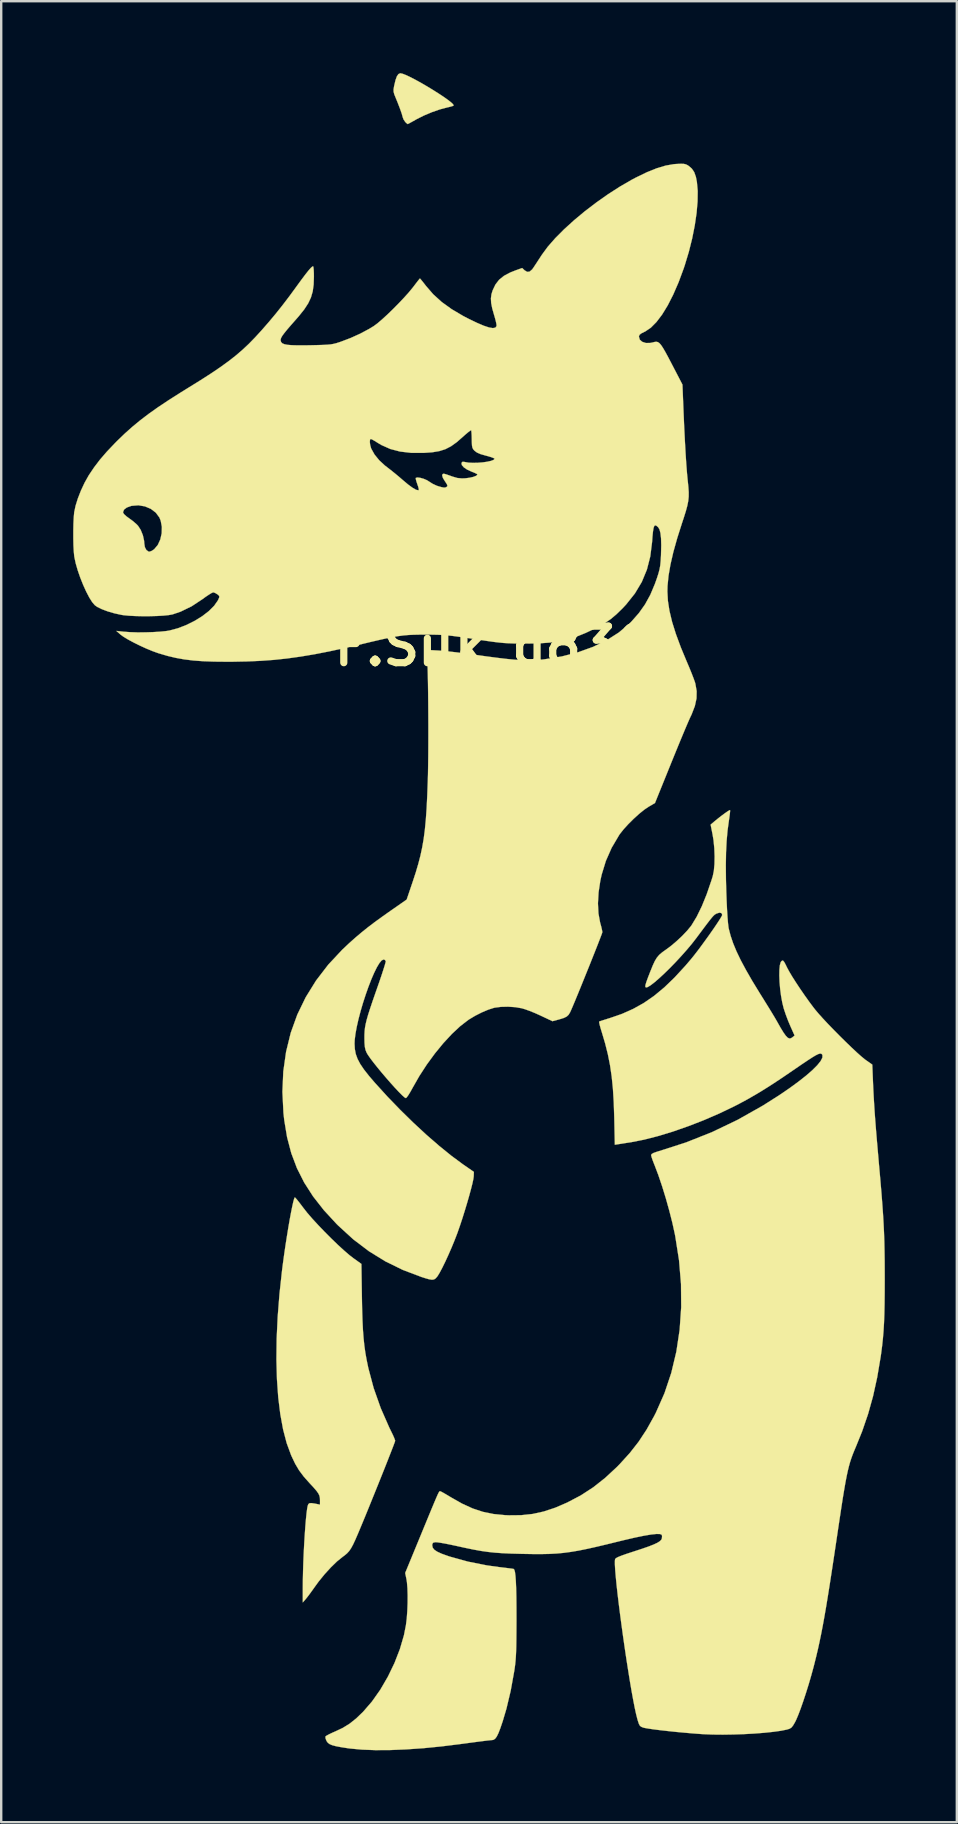
<source format=kicad_pcb>
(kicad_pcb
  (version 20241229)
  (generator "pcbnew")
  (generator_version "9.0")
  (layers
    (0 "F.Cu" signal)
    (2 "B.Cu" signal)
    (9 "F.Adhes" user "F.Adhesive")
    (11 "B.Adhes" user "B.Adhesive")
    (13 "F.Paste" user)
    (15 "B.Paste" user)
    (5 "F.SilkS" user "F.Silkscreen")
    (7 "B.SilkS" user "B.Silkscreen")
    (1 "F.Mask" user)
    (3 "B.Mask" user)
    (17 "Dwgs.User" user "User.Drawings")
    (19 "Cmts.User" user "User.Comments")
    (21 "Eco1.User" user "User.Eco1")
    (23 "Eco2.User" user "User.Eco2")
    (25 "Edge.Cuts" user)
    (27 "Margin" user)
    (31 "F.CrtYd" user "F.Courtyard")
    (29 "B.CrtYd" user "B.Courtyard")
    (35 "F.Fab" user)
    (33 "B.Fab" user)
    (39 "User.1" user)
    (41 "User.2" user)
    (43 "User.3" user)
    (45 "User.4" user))
  (footprint "F.Silk_g836"
    (layer "F.Cu")
    (at 17.484 23.881)
    (property "Reference" "F.Silk_g836" (at 0 0 0) (layer "F.SilkS") (effects (font (size 1.524 1.524) (thickness 0.3))))
    (attr through_hole)
    (fp_poly (pts (xy -3.748 -23.855) (xy -3.603 -23.798) (xy -3.417 -23.71) (xy -3.202 -23.597) (xy -2.967 -23.467) (xy -2.723 -23.325) (xy -2.48 -23.177) (xy -2.248 -23.03) (xy -2.038 -22.891) (xy -1.861 -22.765) (xy -1.726 -22.659) (xy -1.645 -22.579) (xy -1.627 -22.532) (xy -1.629 -22.529) (xy -1.682 -22.507) (xy -1.792 -22.476) (xy -1.897 -22.452) (xy -2.196 -22.373) (xy -2.53 -22.257) (xy -2.865 -22.116) (xy -3.168 -21.965) (xy -3.196 -21.948) (xy -3.344 -21.865) (xy -3.462 -21.8) (xy -3.531 -21.764) (xy -3.542 -21.759) (xy -3.579 -21.786) (xy -3.64 -21.843) (xy -3.713 -21.95) (xy -3.748 -22.044) (xy -3.791 -22.198) (xy -3.867 -22.414) (xy -3.97 -22.679) (xy -4.041 -22.852) (xy -4.101 -23.001) (xy -4.129 -23.109) (xy -4.13 -23.211) (xy -4.108 -23.343) (xy -4.104 -23.36) (xy -4.049 -23.594) (xy -3.991 -23.752) (xy -3.928 -23.843) (xy -3.854 -23.876) (xy -3.843 -23.876) (xy -3.748 -23.855)) (stroke (width 0.01) (type solid)) (fill yes) (layer "F.SilkS"))
    (fp_poly (pts (xy -8.212 23.003) (xy -8.139 23.089) (xy -8.037 23.218) (xy -7.916 23.378) (xy -7.892 23.41) (xy -7.73 23.617) (xy -7.519 23.861) (xy -7.273 24.129) (xy -7.004 24.409) (xy -6.727 24.687) (xy -6.454 24.951) (xy -6.197 25.186) (xy -5.971 25.381) (xy -5.815 25.502) (xy -5.471 25.749) (xy -5.45 27.151) (xy -5.44 27.666) (xy -5.426 28.109) (xy -5.407 28.496) (xy -5.381 28.84) (xy -5.348 29.154) (xy -5.306 29.453) (xy -5.253 29.75) (xy -5.189 30.059) (xy -5.18 30.099) (xy -4.96 30.924) (xy -4.666 31.757) (xy -4.306 32.577) (xy -4.23 32.731) (xy -4.154 32.887) (xy -4.097 33.019) (xy -4.067 33.105) (xy -4.064 33.121) (xy -4.079 33.17) (xy -4.123 33.289) (xy -4.192 33.469) (xy -4.282 33.699) (xy -4.389 33.972) (xy -4.51 34.278) (xy -4.642 34.608) (xy -4.78 34.953) (xy -4.922 35.304) (xy -5.063 35.652) (xy -5.199 35.988) (xy -5.328 36.303) (xy -5.446 36.588) (xy -5.548 36.833) (xy -5.609 36.978) (xy -5.725 37.246) (xy -5.82 37.449) (xy -5.903 37.601) (xy -5.983 37.717) (xy -6.069 37.811) (xy -6.171 37.897) (xy -6.246 37.952) (xy -6.484 38.144) (xy -6.743 38.395) (xy -7.007 38.684) (xy -7.26 38.996) (xy -7.408 39.2) (xy -7.532 39.374) (xy -7.65 39.536) (xy -7.748 39.664) (xy -7.799 39.726) (xy -7.914 39.857) (xy -7.914 39.264) (xy -7.911 38.928) (xy -7.903 38.561) (xy -7.891 38.175) (xy -7.874 37.782) (xy -7.854 37.394) (xy -7.831 37.021) (xy -7.807 36.677) (xy -7.781 36.372) (xy -7.755 36.119) (xy -7.729 35.929) (xy -7.709 35.83) (xy -7.681 35.758) (xy -7.634 35.722) (xy -7.549 35.717) (xy -7.406 35.739) (xy -7.355 35.749) (xy -7.197 35.781) (xy -7.197 35.604) (xy -7.201 35.499) (xy -7.221 35.407) (xy -7.266 35.314) (xy -7.343 35.206) (xy -7.462 35.067) (xy -7.632 34.884) (xy -7.637 34.879) (xy -7.878 34.607) (xy -8.069 34.351) (xy -8.231 34.078) (xy -8.384 33.757) (xy -8.404 33.711) (xy -8.585 33.218) (xy -8.734 32.65) (xy -8.851 32.013) (xy -8.937 31.312) (xy -8.991 30.55) (xy -9.013 29.734) (xy -9.003 28.866) (xy -8.96 27.952) (xy -8.885 26.997) (xy -8.777 26.006) (xy -8.74 25.718) (xy -8.688 25.336) (xy -8.632 24.954) (xy -8.573 24.58) (xy -8.515 24.223) (xy -8.458 23.894) (xy -8.403 23.6) (xy -8.353 23.352) (xy -8.31 23.159) (xy -8.274 23.031) (xy -8.248 22.976) (xy -8.246 22.974) (xy -8.212 23.003)) (stroke (width 0.01) (type solid)) (fill yes) (layer "F.SilkS"))
    (fp_poly (pts (xy 9.896 6.879) (xy 9.885 6.991) (xy 9.864 7.15) (xy 9.845 7.279) (xy 9.79 7.684) (xy 9.751 8.119) (xy 9.727 8.597) (xy 9.718 9.127) (xy 9.723 9.72) (xy 9.737 10.242) (xy 9.752 10.638) (xy 9.769 10.993) (xy 9.788 11.296) (xy 9.808 11.538) (xy 9.828 11.71) (xy 9.838 11.769) (xy 9.916 12.068) (xy 10.022 12.382) (xy 10.161 12.718) (xy 10.338 13.087) (xy 10.556 13.494) (xy 10.818 13.95) (xy 11.13 14.461) (xy 11.18 14.541) (xy 11.34 14.798) (xy 11.494 15.046) (xy 11.632 15.272) (xy 11.746 15.461) (xy 11.827 15.6) (xy 11.851 15.642) (xy 12.002 15.909) (xy 12.123 16.107) (xy 12.22 16.242) (xy 12.3 16.322) (xy 12.369 16.353) (xy 12.434 16.342) (xy 12.49 16.305) (xy 12.584 16.229) (xy 12.409 15.839) (xy 12.316 15.619) (xy 12.223 15.374) (xy 12.147 15.148) (xy 12.128 15.088) (xy 12.068 14.843) (xy 12.019 14.569) (xy 11.982 14.283) (xy 11.958 13.998) (xy 11.947 13.729) (xy 11.951 13.493) (xy 11.969 13.303) (xy 12.004 13.175) (xy 12.023 13.145) (xy 12.066 13.106) (xy 12.106 13.11) (xy 12.154 13.167) (xy 12.218 13.288) (xy 12.266 13.388) (xy 12.351 13.547) (xy 12.476 13.759) (xy 12.633 14.006) (xy 12.81 14.274) (xy 12.998 14.547) (xy 13.185 14.81) (xy 13.362 15.048) (xy 13.446 15.155) (xy 13.585 15.32) (xy 13.767 15.522) (xy 13.982 15.752) (xy 14.22 15.998) (xy 14.469 16.25) (xy 14.719 16.497) (xy 14.958 16.728) (xy 15.176 16.932) (xy 15.362 17.098) (xy 15.506 17.217) (xy 15.541 17.243) (xy 15.822 17.441) (xy 15.85 18.129) (xy 15.864 18.45) (xy 15.88 18.763) (xy 15.899 19.079) (xy 15.92 19.409) (xy 15.946 19.766) (xy 15.977 20.161) (xy 16.014 20.605) (xy 16.058 21.111) (xy 16.107 21.675) (xy 16.16 22.268) (xy 16.204 22.791) (xy 16.24 23.256) (xy 16.27 23.679) (xy 16.293 24.071) (xy 16.311 24.448) (xy 16.324 24.822) (xy 16.332 25.208) (xy 16.338 25.618) (xy 16.34 26.067) (xy 16.341 26.393) (xy 16.339 26.942) (xy 16.334 27.418) (xy 16.325 27.835) (xy 16.311 28.205) (xy 16.291 28.542) (xy 16.265 28.857) (xy 16.232 29.164) (xy 16.192 29.475) (xy 16.171 29.622) (xy 16.027 30.473) (xy 15.854 31.262) (xy 15.646 32.007) (xy 15.399 32.727) (xy 15.143 33.359) (xy 15.072 33.527) (xy 15.008 33.685) (xy 14.951 33.841) (xy 14.898 34.003) (xy 14.849 34.178) (xy 14.801 34.374) (xy 14.753 34.599) (xy 14.703 34.859) (xy 14.65 35.164) (xy 14.591 35.52) (xy 14.527 35.935) (xy 14.454 36.417) (xy 14.371 36.973) (xy 14.349 37.122) (xy 14.241 37.844) (xy 14.143 38.491) (xy 14.054 39.069) (xy 13.972 39.585) (xy 13.896 40.047) (xy 13.824 40.463) (xy 13.755 40.841) (xy 13.688 41.187) (xy 13.621 41.509) (xy 13.554 41.815) (xy 13.484 42.112) (xy 13.41 42.408) (xy 13.375 42.545) (xy 13.278 42.901) (xy 13.172 43.266) (xy 13.059 43.627) (xy 12.946 43.97) (xy 12.837 44.282) (xy 12.736 44.548) (xy 12.648 44.755) (xy 12.6 44.852) (xy 12.519 44.99) (xy 12.452 45.073) (xy 12.375 45.121) (xy 12.266 45.155) (xy 12.258 45.157) (xy 12.011 45.207) (xy 11.693 45.251) (xy 11.322 45.29) (xy 10.912 45.322) (xy 10.477 45.346) (xy 10.034 45.361) (xy 9.597 45.368) (xy 9.182 45.364) (xy 8.803 45.349) (xy 8.7 45.343) (xy 8.351 45.317) (xy 7.993 45.286) (xy 7.638 45.253) (xy 7.298 45.217) (xy 6.986 45.182) (xy 6.714 45.148) (xy 6.494 45.116) (xy 6.338 45.089) (xy 6.274 45.073) (xy 6.194 45.041) (xy 6.139 44.999) (xy 6.097 44.925) (xy 6.055 44.801) (xy 6.027 44.704) (xy 5.976 44.501) (xy 5.918 44.235) (xy 5.856 43.914) (xy 5.789 43.547) (xy 5.72 43.141) (xy 5.65 42.706) (xy 5.578 42.248) (xy 5.508 41.777) (xy 5.439 41.3) (xy 5.374 40.826) (xy 5.312 40.363) (xy 5.256 39.919) (xy 5.206 39.503) (xy 5.164 39.123) (xy 5.131 38.786) (xy 5.107 38.502) (xy 5.094 38.277) (xy 5.094 38.122) (xy 5.103 38.052) (xy 5.136 38.015) (xy 5.218 37.969) (xy 5.357 37.912) (xy 5.561 37.839) (xy 5.838 37.748) (xy 5.876 37.736) (xy 6.227 37.621) (xy 6.504 37.525) (xy 6.714 37.442) (xy 6.867 37.37) (xy 6.969 37.305) (xy 7.029 37.243) (xy 7.052 37.192) (xy 7.06 37.093) (xy 7.047 37.038) (xy 6.978 37.007) (xy 6.831 37.003) (xy 6.606 37.026) (xy 6.303 37.077) (xy 5.924 37.155) (xy 5.469 37.261) (xy 5.271 37.309) (xy 4.755 37.436) (xy 4.308 37.542) (xy 3.918 37.629) (xy 3.57 37.699) (xy 3.253 37.752) (xy 2.954 37.792) (xy 2.66 37.819) (xy 2.358 37.835) (xy 2.035 37.842) (xy 1.679 37.841) (xy 1.276 37.834) (xy 1.185 37.832) (xy 0.767 37.821) (xy 0.412 37.805) (xy 0.099 37.783) (xy -0.193 37.752) (xy -0.487 37.71) (xy -0.802 37.653) (xy -1.16 37.579) (xy -1.501 37.504) (xy -1.752 37.45) (xy -1.983 37.404) (xy -2.178 37.37) (xy -2.32 37.35) (xy -2.39 37.347) (xy -2.481 37.367) (xy -2.515 37.423) (xy -2.519 37.484) (xy -2.498 37.577) (xy -2.431 37.662) (xy -2.308 37.744) (xy -2.121 37.829) (xy -1.861 37.922) (xy -1.783 37.948) (xy -1.031 38.156) (xy -0.242 38.313) (xy 0.239 38.38) (xy 0.456 38.406) (xy 0.643 38.429) (xy 0.786 38.447) (xy 0.865 38.46) (xy 0.875 38.462) (xy 0.904 38.498) (xy 0.93 38.594) (xy 0.95 38.751) (xy 0.966 38.973) (xy 0.979 39.265) (xy 0.987 39.63) (xy 0.991 40.072) (xy 0.992 40.595) (xy 0.992 40.64) (xy 0.99 41.058) (xy 0.987 41.403) (xy 0.983 41.687) (xy 0.976 41.923) (xy 0.966 42.123) (xy 0.953 42.298) (xy 0.936 42.46) (xy 0.914 42.623) (xy 0.9 42.715) (xy 0.752 43.536) (xy 0.572 44.293) (xy 0.418 44.811) (xy 0.322 45.094) (xy 0.241 45.303) (xy 0.17 45.448) (xy 0.103 45.538) (xy 0.036 45.583) (xy -0.019 45.593) (xy -0.087 45.599) (xy -0.227 45.614) (xy -0.428 45.639) (xy -0.678 45.671) (xy -0.965 45.709) (xy -1.277 45.751) (xy -1.344 45.76) (xy -2.126 45.857) (xy -2.88 45.932) (xy -3.599 45.982) (xy -4.273 46.01) (xy -4.895 46.013) (xy -5.454 45.992) (xy -5.943 45.946) (xy -6.034 45.934) (xy -6.322 45.889) (xy -6.537 45.848) (xy -6.693 45.806) (xy -6.801 45.759) (xy -6.873 45.703) (xy -6.922 45.634) (xy -6.925 45.628) (xy -6.965 45.527) (xy -6.972 45.452) (xy -6.971 45.449) (xy -6.926 45.411) (xy -6.819 45.353) (xy -6.67 45.282) (xy -6.565 45.237) (xy -6.249 45.088) (xy -5.964 44.912) (xy -5.688 44.692) (xy -5.4 44.415) (xy -5.031 43.988) (xy -4.684 43.496) (xy -4.369 42.955) (xy -4.093 42.384) (xy -3.867 41.802) (xy -3.698 41.225) (xy -3.615 40.803) (xy -3.581 40.527) (xy -3.558 40.214) (xy -3.545 39.886) (xy -3.543 39.564) (xy -3.552 39.27) (xy -3.572 39.024) (xy -3.59 38.904) (xy -3.646 38.629) (xy -2.992 37.042) (xy -2.817 36.617) (xy -2.672 36.265) (xy -2.553 35.977) (xy -2.457 35.748) (xy -2.382 35.57) (xy -2.325 35.438) (xy -2.283 35.344) (xy -2.252 35.282) (xy -2.23 35.246) (xy -2.215 35.228) (xy -2.202 35.222) (xy -2.191 35.221) (xy -2.142 35.242) (xy -2.036 35.299) (xy -1.891 35.384) (xy -1.733 35.479) (xy -1.271 35.741) (xy -0.835 35.94) (xy -0.405 36.082) (xy 0.042 36.173) (xy 0.524 36.22) (xy 0.677 36.226) (xy 1.187 36.221) (xy 1.664 36.17) (xy 2.128 36.068) (xy 2.603 35.911) (xy 3.109 35.693) (xy 3.122 35.686) (xy 3.675 35.395) (xy 4.192 35.059) (xy 4.689 34.666) (xy 5.184 34.206) (xy 5.294 34.093) (xy 5.714 33.631) (xy 6.082 33.161) (xy 6.413 32.658) (xy 6.725 32.1) (xy 6.806 31.941) (xy 7.161 31.137) (xy 7.444 30.291) (xy 7.655 29.409) (xy 7.793 28.495) (xy 7.858 27.552) (xy 7.85 26.586) (xy 7.768 25.6) (xy 7.611 24.6) (xy 7.594 24.511) (xy 7.491 24.04) (xy 7.363 23.535) (xy 7.219 23.019) (xy 7.064 22.516) (xy 6.906 22.048) (xy 6.751 21.638) (xy 6.733 21.595) (xy 6.672 21.438) (xy 6.626 21.305) (xy 6.605 21.221) (xy 6.604 21.211) (xy 6.628 21.167) (xy 6.708 21.122) (xy 6.855 21.07) (xy 6.953 21.041) (xy 8.065 20.683) (xy 9.15 20.251) (xy 10.213 19.741) (xy 11.259 19.151) (xy 11.931 18.725) (xy 12.36 18.432) (xy 12.738 18.156) (xy 13.061 17.902) (xy 13.326 17.671) (xy 13.53 17.467) (xy 13.67 17.292) (xy 13.743 17.15) (xy 13.745 17.044) (xy 13.721 17.006) (xy 13.686 16.984) (xy 13.637 16.982) (xy 13.566 17.004) (xy 13.465 17.054) (xy 13.326 17.137) (xy 13.141 17.257) (xy 12.902 17.417) (xy 12.629 17.604) (xy 12.143 17.936) (xy 11.71 18.224) (xy 11.318 18.474) (xy 10.955 18.694) (xy 10.608 18.893) (xy 10.265 19.078) (xy 10.072 19.177) (xy 9.454 19.474) (xy 8.812 19.752) (xy 8.161 20.005) (xy 7.518 20.23) (xy 6.896 20.419) (xy 6.311 20.569) (xy 5.778 20.674) (xy 5.753 20.678) (xy 5.557 20.708) (xy 5.383 20.736) (xy 5.253 20.756) (xy 5.202 20.764) (xy 5.092 20.781) (xy 5.067 19.63) (xy 5.046 19.005) (xy 5.012 18.447) (xy 4.961 17.941) (xy 4.892 17.469) (xy 4.802 17.014) (xy 4.689 16.562) (xy 4.554 16.107) (xy 4.499 15.927) (xy 4.459 15.779) (xy 4.439 15.68) (xy 4.439 15.646) (xy 4.489 15.628) (xy 4.601 15.591) (xy 4.758 15.541) (xy 4.9 15.497) (xy 5.4 15.323) (xy 5.865 15.115) (xy 6.307 14.867) (xy 6.734 14.571) (xy 7.157 14.22) (xy 7.584 13.808) (xy 8.026 13.328) (xy 8.273 13.039) (xy 8.402 12.879) (xy 8.552 12.685) (xy 8.714 12.467) (xy 8.882 12.236) (xy 9.048 12.005) (xy 9.203 11.783) (xy 9.34 11.581) (xy 9.451 11.411) (xy 9.529 11.284) (xy 9.566 11.21) (xy 9.567 11.201) (xy 9.536 11.126) (xy 9.453 11.107) (xy 9.33 11.146) (xy 9.324 11.149) (xy 9.284 11.172) (xy 9.243 11.201) (xy 9.197 11.245) (xy 9.138 11.311) (xy 9.059 11.408) (xy 8.955 11.543) (xy 8.818 11.724) (xy 8.642 11.96) (xy 8.486 12.169) (xy 8.302 12.406) (xy 8.091 12.657) (xy 7.863 12.914) (xy 7.626 13.17) (xy 7.387 13.416) (xy 7.155 13.643) (xy 6.938 13.844) (xy 6.745 14.011) (xy 6.584 14.135) (xy 6.463 14.208) (xy 6.405 14.224) (xy 6.373 14.215) (xy 6.361 14.181) (xy 6.371 14.112) (xy 6.406 13.997) (xy 6.468 13.825) (xy 6.56 13.588) (xy 6.572 13.558) (xy 6.673 13.309) (xy 6.759 13.123) (xy 6.845 12.982) (xy 6.941 12.868) (xy 7.062 12.764) (xy 7.22 12.651) (xy 7.232 12.643) (xy 7.448 12.481) (xy 7.68 12.283) (xy 7.908 12.068) (xy 8.11 11.855) (xy 8.266 11.665) (xy 8.289 11.632) (xy 8.504 11.278) (xy 8.715 10.846) (xy 8.92 10.343) (xy 9.114 9.776) (xy 9.173 9.588) (xy 9.219 9.365) (xy 9.245 9.082) (xy 9.251 8.761) (xy 9.238 8.425) (xy 9.206 8.095) (xy 9.167 7.857) (xy 9.084 7.439) (xy 9.23 7.315) (xy 9.382 7.19) (xy 9.537 7.069) (xy 9.68 6.963) (xy 9.797 6.882) (xy 9.873 6.837) (xy 9.894 6.832) (xy 9.896 6.879)) (stroke (width 0.01) (type solid)) (fill yes) (layer "F.SilkS"))
    (fp_poly (pts (xy 7.966 -20.101) (xy 8.053 -20.081) (xy 8.13 -20.043) (xy 8.168 -20.017) (xy 8.304 -19.9) (xy 8.402 -19.753) (xy 8.471 -19.557) (xy 8.512 -19.346) (xy 8.546 -18.973) (xy 8.54 -18.539) (xy 8.499 -18.055) (xy 8.423 -17.535) (xy 8.315 -16.991) (xy 8.176 -16.436) (xy 8.009 -15.882) (xy 7.961 -15.739) (xy 7.749 -15.167) (xy 7.526 -14.654) (xy 7.297 -14.204) (xy 7.063 -13.821) (xy 6.826 -13.509) (xy 6.591 -13.272) (xy 6.358 -13.115) (xy 6.318 -13.096) (xy 6.186 -13.03) (xy 6.118 -12.972) (xy 6.096 -12.907) (xy 6.096 -12.898) (xy 6.133 -12.773) (xy 6.235 -12.684) (xy 6.384 -12.636) (xy 6.567 -12.637) (xy 6.669 -12.658) (xy 6.751 -12.679) (xy 6.821 -12.686) (xy 6.884 -12.673) (xy 6.948 -12.631) (xy 7.017 -12.553) (xy 7.098 -12.432) (xy 7.197 -12.262) (xy 7.321 -12.033) (xy 7.474 -11.74) (xy 7.548 -11.598) (xy 7.91 -10.901) (xy 7.956 -9.758) (xy 7.983 -9.129) (xy 8.012 -8.552) (xy 8.041 -8.035) (xy 8.07 -7.583) (xy 8.1 -7.203) (xy 8.129 -6.901) (xy 8.13 -6.9) (xy 8.156 -6.638) (xy 8.171 -6.421) (xy 8.17 -6.23) (xy 8.151 -6.047) (xy 8.112 -5.851) (xy 8.051 -5.626) (xy 7.965 -5.351) (xy 7.899 -5.152) (xy 7.693 -4.505) (xy 7.53 -3.923) (xy 7.41 -3.401) (xy 7.329 -2.931) (xy 7.288 -2.508) (xy 7.282 -2.277) (xy 7.303 -1.892) (xy 7.368 -1.473) (xy 7.478 -1.013) (xy 7.636 -0.508) (xy 7.843 0.052) (xy 8.089 0.644) (xy 8.192 0.886) (xy 8.287 1.119) (xy 8.367 1.326) (xy 8.425 1.486) (xy 8.448 1.562) (xy 8.502 1.873) (xy 8.496 2.178) (xy 8.427 2.496) (xy 8.294 2.842) (xy 8.236 2.963) (xy 8.191 3.062) (xy 8.118 3.23) (xy 8.022 3.456) (xy 7.907 3.731) (xy 7.777 4.044) (xy 7.637 4.386) (xy 7.49 4.746) (xy 7.432 4.889) (xy 6.764 6.54) (xy 6.507 6.689) (xy 6.321 6.814) (xy 6.104 6.989) (xy 5.875 7.197) (xy 5.652 7.419) (xy 5.454 7.637) (xy 5.299 7.833) (xy 5.275 7.869) (xy 4.959 8.405) (xy 4.718 8.951) (xy 4.542 9.526) (xy 4.486 9.783) (xy 4.414 10.262) (xy 4.388 10.72) (xy 4.409 11.141) (xy 4.476 11.509) (xy 4.48 11.526) (xy 4.524 11.688) (xy 4.556 11.825) (xy 4.571 11.91) (xy 4.572 11.919) (xy 4.557 11.97) (xy 4.513 12.089) (xy 4.445 12.265) (xy 4.358 12.49) (xy 4.254 12.753) (xy 4.138 13.044) (xy 4.015 13.353) (xy 3.887 13.669) (xy 3.76 13.984) (xy 3.638 14.285) (xy 3.523 14.565) (xy 3.421 14.812) (xy 3.335 15.016) (xy 3.27 15.167) (xy 3.23 15.256) (xy 3.227 15.261) (xy 3.165 15.364) (xy 3.088 15.436) (xy 2.975 15.493) (xy 2.805 15.547) (xy 2.759 15.56) (xy 2.492 15.632) (xy 1.997 15.398) (xy 1.778 15.299) (xy 1.554 15.208) (xy 1.353 15.135) (xy 1.212 15.093) (xy 0.944 15.047) (xy 0.643 15.027) (xy 0.347 15.034) (xy 0.09 15.067) (xy 0.055 15.075) (xy -0.18 15.15) (xy -0.451 15.264) (xy -0.729 15.405) (xy -0.983 15.557) (xy -1.016 15.579) (xy -1.35 15.836) (xy -1.699 16.162) (xy -2.054 16.545) (xy -2.405 16.973) (xy -2.742 17.433) (xy -3.054 17.913) (xy -3.329 18.395) (xy -3.425 18.568) (xy -3.511 18.709) (xy -3.579 18.804) (xy -3.618 18.838) (xy -3.674 18.807) (xy -3.773 18.719) (xy -3.907 18.584) (xy -4.068 18.413) (xy -4.246 18.215) (xy -4.433 18.001) (xy -4.621 17.78) (xy -4.8 17.563) (xy -4.962 17.36) (xy -5.098 17.181) (xy -5.2 17.035) (xy -5.254 16.943) (xy -5.299 16.831) (xy -5.327 16.704) (xy -5.341 16.538) (xy -5.345 16.35) (xy -5.344 16.191) (xy -5.336 16.043) (xy -5.32 15.897) (xy -5.291 15.741) (xy -5.248 15.563) (xy -5.188 15.354) (xy -5.107 15.101) (xy -5.004 14.795) (xy -4.875 14.423) (xy -4.827 14.287) (xy -4.726 13.997) (xy -4.636 13.731) (xy -4.56 13.5) (xy -4.502 13.315) (xy -4.466 13.187) (xy -4.454 13.127) (xy -4.455 13.126) (xy -4.501 13.072) (xy -4.551 13.06) (xy -4.629 13.1) (xy -4.722 13.212) (xy -4.827 13.387) (xy -4.94 13.616) (xy -5.057 13.887) (xy -5.175 14.191) (xy -5.291 14.519) (xy -5.402 14.86) (xy -5.503 15.204) (xy -5.592 15.542) (xy -5.665 15.864) (xy -5.719 16.159) (xy -5.751 16.418) (xy -5.757 16.57) (xy -5.745 16.791) (xy -5.706 16.998) (xy -5.632 17.203) (xy -5.519 17.417) (xy -5.359 17.653) (xy -5.147 17.922) (xy -4.905 18.203) (xy -4.39 18.77) (xy -3.854 19.325) (xy -3.308 19.86) (xy -2.764 20.364) (xy -2.231 20.827) (xy -1.722 21.24) (xy -1.246 21.592) (xy -1.206 21.62) (xy -0.783 21.912) (xy -0.79 22.1) (xy -0.806 22.216) (xy -0.845 22.399) (xy -0.905 22.635) (xy -0.98 22.911) (xy -1.067 23.213) (xy -1.162 23.529) (xy -1.261 23.845) (xy -1.361 24.147) (xy -1.457 24.422) (xy -1.484 24.495) (xy -1.595 24.783) (xy -1.719 25.083) (xy -1.849 25.38) (xy -1.978 25.66) (xy -2.1 25.909) (xy -2.207 26.111) (xy -2.293 26.252) (xy -2.31 26.275) (xy -2.376 26.351) (xy -2.444 26.395) (xy -2.531 26.407) (xy -2.654 26.387) (xy -2.829 26.337) (xy -2.963 26.294) (xy -3.743 25.999) (xy -4.472 25.642) (xy -5.159 25.218) (xy -5.811 24.723) (xy -6.438 24.15) (xy -6.507 24.081) (xy -7.035 23.509) (xy -7.483 22.937) (xy -7.856 22.356) (xy -8.158 21.757) (xy -8.394 21.131) (xy -8.569 20.466) (xy -8.687 19.755) (xy -8.72 19.452) (xy -8.763 18.573) (xy -8.726 17.724) (xy -8.61 16.905) (xy -8.416 16.116) (xy -8.143 15.358) (xy -7.791 14.632) (xy -7.361 13.938) (xy -6.853 13.276) (xy -6.266 12.648) (xy -5.973 12.372) (xy -5.711 12.139) (xy -5.46 11.927) (xy -5.205 11.722) (xy -4.928 11.511) (xy -4.612 11.282) (xy -4.243 11.021) (xy -4.222 11.007) (xy -3.584 10.562) (xy -3.333 9.821) (xy -3.208 9.44) (xy -3.102 9.082) (xy -3.012 8.737) (xy -2.938 8.392) (xy -2.876 8.034) (xy -2.826 7.652) (xy -2.786 7.234) (xy -2.753 6.768) (xy -2.727 6.241) (xy -2.705 5.652) (xy -2.696 5.348) (xy -2.69 4.994) (xy -2.685 4.601) (xy -2.682 4.178) (xy -2.681 3.734) (xy -2.681 3.28) (xy -2.683 2.825) (xy -2.686 2.379) (xy -2.69 1.953) (xy -2.696 1.555) (xy -2.703 1.195) (xy -2.711 0.884) (xy -2.72 0.631) (xy -2.73 0.447) (xy -2.738 0.364) (xy -2.764 0.156) (xy -2.282 0.182) (xy -2.098 0.196) (xy -1.85 0.22) (xy -1.556 0.253) (xy -1.238 0.292) (xy -0.913 0.335) (xy -0.762 0.356) (xy -0.252 0.428) (xy 0.185 0.485) (xy 0.559 0.53) (xy 0.881 0.562) (xy 1.161 0.582) (xy 1.41 0.591) (xy 1.637 0.59) (xy 1.854 0.579) (xy 2.07 0.559) (xy 2.16 0.548) (xy 2.885 0.428) (xy 3.562 0.254) (xy 4.186 0.029) (xy 4.753 -0.246) (xy 5.258 -0.569) (xy 5.695 -0.937) (xy 5.786 -1.028) (xy 6.094 -1.378) (xy 6.352 -1.742) (xy 6.57 -2.139) (xy 6.76 -2.59) (xy 6.845 -2.829) (xy 6.911 -3.034) (xy 6.956 -3.205) (xy 6.985 -3.368) (xy 7.003 -3.554) (xy 7.016 -3.791) (xy 7.017 -3.835) (xy 7.026 -4.204) (xy 7.018 -4.496) (xy 6.993 -4.715) (xy 6.952 -4.868) (xy 6.897 -4.956) (xy 6.829 -5.016) (xy 6.776 -5.036) (xy 6.736 -5.009) (xy 6.706 -4.926) (xy 6.682 -4.78) (xy 6.66 -4.563) (xy 6.644 -4.338) (xy 6.569 -3.739) (xy 6.428 -3.189) (xy 6.216 -2.677) (xy 5.929 -2.197) (xy 5.564 -1.738) (xy 5.408 -1.571) (xy 5.157 -1.327) (xy 4.925 -1.132) (xy 4.684 -0.966) (xy 4.406 -0.808) (xy 4.277 -0.741) (xy 3.878 -0.552) (xy 3.509 -0.402) (xy 3.152 -0.287) (xy 2.789 -0.205) (xy 2.402 -0.15) (xy 1.972 -0.119) (xy 1.482 -0.108) (xy 1.355 -0.108) (xy 1.08 -0.11) (xy 0.849 -0.113) (xy 0.645 -0.121) (xy 0.45 -0.133) (xy 0.248 -0.153) (xy 0.022 -0.18) (xy -0.246 -0.218) (xy -0.571 -0.266) (xy -0.762 -0.296) (xy -1.126 -0.351) (xy -1.423 -0.394) (xy -1.67 -0.426) (xy -1.882 -0.449) (xy -2.077 -0.465) (xy -2.271 -0.474) (xy -2.48 -0.479) (xy -2.72 -0.481) (xy -2.794 -0.481) (xy -3.064 -0.48) (xy -3.299 -0.475) (xy -3.512 -0.465) (xy -3.717 -0.447) (xy -3.926 -0.419) (xy -4.154 -0.381) (xy -4.415 -0.328) (xy -4.721 -0.26) (xy -5.086 -0.175) (xy -5.376 -0.105) (xy -6.119 0.068) (xy -6.795 0.215) (xy -7.42 0.337) (xy -8.005 0.435) (xy -8.565 0.513) (xy -9.114 0.572) (xy -9.665 0.612) (xy -10.232 0.637) (xy -10.829 0.649) (xy -11.07 0.65) (xy -11.603 0.645) (xy -12.067 0.628) (xy -12.479 0.598) (xy -12.853 0.552) (xy -13.204 0.489) (xy -13.55 0.407) (xy -13.904 0.303) (xy -13.938 0.293) (xy -14.171 0.209) (xy -14.431 0.102) (xy -14.702 -0.022) (xy -14.965 -0.152) (xy -15.201 -0.279) (xy -15.393 -0.396) (xy -15.515 -0.486) (xy -15.684 -0.635) (xy -15.388 -0.603) (xy -15.126 -0.584) (xy -14.82 -0.574) (xy -14.493 -0.575) (xy -14.167 -0.585) (xy -13.864 -0.603) (xy -13.608 -0.629) (xy -13.468 -0.652) (xy -13.114 -0.747) (xy -12.759 -0.885) (xy -12.417 -1.056) (xy -12.102 -1.251) (xy -11.828 -1.463) (xy -11.608 -1.683) (xy -11.456 -1.901) (xy -11.44 -1.931) (xy -11.397 -2.03) (xy -11.396 -2.087) (xy -11.443 -2.137) (xy -11.474 -2.161) (xy -11.57 -2.219) (xy -11.647 -2.243) (xy -11.707 -2.219) (xy -11.817 -2.153) (xy -11.961 -2.057) (xy -12.091 -1.962) (xy -12.547 -1.661) (xy -13.008 -1.437) (xy -13.344 -1.323) (xy -13.501 -1.295) (xy -13.723 -1.272) (xy -13.993 -1.257) (xy -14.291 -1.249) (xy -14.598 -1.248) (xy -14.897 -1.255) (xy -15.167 -1.269) (xy -15.391 -1.291) (xy -15.473 -1.304) (xy -15.766 -1.368) (xy -16.044 -1.449) (xy -16.288 -1.541) (xy -16.481 -1.635) (xy -16.58 -1.705) (xy -16.69 -1.833) (xy -16.813 -2.027) (xy -16.941 -2.273) (xy -17.068 -2.553) (xy -17.188 -2.853) (xy -17.293 -3.155) (xy -17.377 -3.445) (xy -17.433 -3.706) (xy -17.44 -3.75) (xy -17.459 -3.947) (xy -17.473 -4.204) (xy -17.479 -4.499) (xy -17.479 -4.808) (xy -17.473 -5.107) (xy -17.46 -5.372) (xy -17.441 -5.578) (xy -17.438 -5.591) (xy -15.405 -5.591) (xy -15.402 -5.56) (xy -15.361 -5.499) (xy -15.268 -5.413) (xy -15.152 -5.328) (xy -15.004 -5.22) (xy -14.863 -5.1) (xy -14.784 -5.021) (xy -14.669 -4.845) (xy -14.579 -4.622) (xy -14.528 -4.389) (xy -14.52 -4.277) (xy -14.496 -4.127) (xy -14.434 -4.008) (xy -14.346 -3.943) (xy -14.31 -3.937) (xy -14.226 -3.963) (xy -14.124 -4.027) (xy -14.106 -4.042) (xy -13.958 -4.217) (xy -13.853 -4.446) (xy -13.795 -4.704) (xy -13.788 -4.972) (xy -13.835 -5.225) (xy -13.889 -5.36) (xy -14.039 -5.563) (xy -14.246 -5.721) (xy -14.494 -5.826) (xy -14.765 -5.871) (xy -15.041 -5.849) (xy -15.068 -5.843) (xy -15.247 -5.779) (xy -15.362 -5.693) (xy -15.405 -5.591) (xy -17.438 -5.591) (xy -17.386 -5.845) (xy -17.289 -6.156) (xy -17.16 -6.486) (xy -17.008 -6.811) (xy -16.842 -7.107) (xy -16.829 -7.129) (xy -16.61 -7.455) (xy -16.367 -7.774) (xy -16.084 -8.102) (xy -15.749 -8.455) (xy -15.697 -8.507) (xy -5.121 -8.507) (xy -5.105 -8.383) (xy -5.068 -8.251) (xy -5.058 -8.226) (xy -4.924 -7.987) (xy -4.727 -7.745) (xy -4.485 -7.522) (xy -4.406 -7.462) (xy -4.257 -7.347) (xy -4.071 -7.198) (xy -3.877 -7.036) (xy -3.751 -6.927) (xy -3.522 -6.735) (xy -3.334 -6.598) (xy -3.192 -6.517) (xy -3.1 -6.497) (xy -3.082 -6.503) (xy -3.08 -6.549) (xy -3.105 -6.65) (xy -3.141 -6.754) (xy -3.184 -6.883) (xy -3.206 -6.977) (xy -3.204 -7.012) (xy -3.134 -7.03) (xy -3.016 -7.015) (xy -2.875 -6.975) (xy -2.738 -6.916) (xy -2.643 -6.856) (xy -2.503 -6.767) (xy -2.336 -6.689) (xy -2.272 -6.667) (xy -2.122 -6.625) (xy -2.027 -6.608) (xy -1.964 -6.615) (xy -1.91 -6.643) (xy -1.885 -6.678) (xy -1.903 -6.739) (xy -1.969 -6.844) (xy -1.989 -6.872) (xy -2.074 -7.011) (xy -2.104 -7.111) (xy -2.1 -7.136) (xy -2.086 -7.169) (xy -2.062 -7.185) (xy -2.014 -7.182) (xy -1.926 -7.157) (xy -1.783 -7.107) (xy -1.672 -7.067) (xy -1.473 -7.009) (xy -1.285 -6.991) (xy -1.143 -6.996) (xy -0.959 -7.019) (xy -0.801 -7.056) (xy -0.687 -7.101) (xy -0.636 -7.148) (xy -0.635 -7.155) (xy -0.671 -7.184) (xy -0.767 -7.23) (xy -0.881 -7.275) (xy -1.064 -7.358) (xy -1.203 -7.453) (xy -1.286 -7.549) (xy -1.299 -7.636) (xy -1.297 -7.64) (xy -1.256 -7.684) (xy -1.169 -7.678) (xy -1.155 -7.674) (xy -1.008 -7.648) (xy -0.826 -7.639) (xy -0.623 -7.643) (xy -0.419 -7.659) (xy -0.229 -7.686) (xy -0.071 -7.721) (xy 0.037 -7.762) (xy 0.079 -7.808) (xy 0.079 -7.811) (xy 0.04 -7.839) (xy -0.063 -7.878) (xy -0.21 -7.922) (xy -0.28 -7.94) (xy -0.499 -8.002) (xy -0.651 -8.067) (xy -0.753 -8.142) (xy -0.81 -8.205) (xy -0.844 -8.271) (xy -0.862 -8.363) (xy -0.869 -8.503) (xy -0.871 -8.615) (xy -0.875 -8.781) (xy -0.883 -8.912) (xy -0.893 -8.988) (xy -0.898 -8.997) (xy -0.936 -8.981) (xy -1.022 -8.916) (xy -1.141 -8.816) (xy -1.233 -8.733) (xy -1.497 -8.502) (xy -1.736 -8.331) (xy -1.972 -8.209) (xy -2.226 -8.129) (xy -2.519 -8.08) (xy -2.875 -8.055) (xy -2.883 -8.055) (xy -3.402 -8.057) (xy -3.86 -8.111) (xy -4.268 -8.218) (xy -4.634 -8.381) (xy -4.783 -8.469) (xy -4.914 -8.551) (xy -5.02 -8.611) (xy -5.079 -8.636) (xy -5.081 -8.636) (xy -5.113 -8.6) (xy -5.121 -8.507) (xy -15.697 -8.507) (xy -15.635 -8.57) (xy -15.329 -8.865) (xy -15.016 -9.144) (xy -14.688 -9.415) (xy -14.332 -9.686) (xy -13.938 -9.965) (xy -13.495 -10.26) (xy -12.992 -10.579) (xy -12.679 -10.773) (xy -12.174 -11.086) (xy -11.735 -11.368) (xy -11.351 -11.628) (xy -11.012 -11.873) (xy -10.708 -12.111) (xy -10.428 -12.351) (xy -10.163 -12.6) (xy -9.903 -12.867) (xy -9.636 -13.158) (xy -9.631 -13.164) (xy -9.319 -13.522) (xy -9.033 -13.864) (xy -8.756 -14.213) (xy -8.468 -14.591) (xy -8.175 -14.992) (xy -7.968 -15.276) (xy -7.803 -15.495) (xy -7.677 -15.654) (xy -7.584 -15.76) (xy -7.52 -15.818) (xy -7.485 -15.833) (xy -7.471 -15.793) (xy -7.459 -15.687) (xy -7.452 -15.531) (xy -7.451 -15.397) (xy -7.462 -15.07) (xy -7.5 -14.787) (xy -7.574 -14.533) (xy -7.689 -14.288) (xy -7.854 -14.035) (xy -8.076 -13.757) (xy -8.191 -13.625) (xy -8.406 -13.381) (xy -8.57 -13.19) (xy -8.688 -13.044) (xy -8.768 -12.935) (xy -8.815 -12.853) (xy -8.836 -12.79) (xy -8.838 -12.742) (xy -8.818 -12.676) (xy -8.771 -12.624) (xy -8.686 -12.586) (xy -8.555 -12.559) (xy -8.37 -12.544) (xy -8.122 -12.537) (xy -7.803 -12.538) (xy -7.599 -12.541) (xy -7.3 -12.548) (xy -7.069 -12.555) (xy -6.893 -12.564) (xy -6.754 -12.577) (xy -6.638 -12.597) (xy -6.528 -12.624) (xy -6.41 -12.661) (xy -6.329 -12.688) (xy -5.923 -12.842) (xy -5.519 -13.025) (xy -5.148 -13.223) (xy -4.953 -13.342) (xy -4.801 -13.455) (xy -4.608 -13.62) (xy -4.387 -13.822) (xy -4.152 -14.05) (xy -3.915 -14.29) (xy -3.69 -14.528) (xy -3.49 -14.751) (xy -3.329 -14.947) (xy -3.307 -14.975) (xy -3.197 -15.12) (xy -3.107 -15.236) (xy -3.048 -15.308) (xy -3.031 -15.325) (xy -3.001 -15.293) (xy -2.932 -15.209) (xy -2.836 -15.088) (xy -2.78 -15.015) (xy -2.477 -14.665) (xy -2.125 -14.345) (xy -1.711 -14.046) (xy -1.228 -13.761) (xy -0.995 -13.64) (xy -0.648 -13.473) (xy -0.368 -13.354) (xy -0.15 -13.282) (xy 0.008 -13.256) (xy 0.11 -13.274) (xy 0.159 -13.337) (xy 0.162 -13.349) (xy 0.157 -13.423) (xy 0.129 -13.554) (xy 0.085 -13.718) (xy 0.063 -13.791) (xy -0.018 -14.076) (xy -0.063 -14.304) (xy -0.073 -14.495) (xy -0.05 -14.669) (xy 0.000198 -14.831) (xy 0.116 -15.073) (xy 0.269 -15.271) (xy 0.472 -15.435) (xy 0.738 -15.576) (xy 0.964 -15.665) (xy 1.23 -15.76) (xy 1.331 -15.665) (xy 1.438 -15.599) (xy 1.54 -15.611) (xy 1.646 -15.702) (xy 1.703 -15.781) (xy 1.771 -15.884) (xy 1.87 -16.035) (xy 1.984 -16.209) (xy 2.056 -16.32) (xy 2.298 -16.649) (xy 2.608 -17.003) (xy 2.976 -17.373) (xy 3.391 -17.75) (xy 3.842 -18.126) (xy 4.32 -18.491) (xy 4.814 -18.839) (xy 5.314 -19.16) (xy 5.809 -19.446) (xy 5.969 -19.53) (xy 6.431 -19.754) (xy 6.842 -19.919) (xy 7.214 -20.03) (xy 7.553 -20.089) (xy 7.662 -20.097) (xy 7.844 -20.105) (xy 7.966 -20.101)) (stroke (width 0.01) (type solid)) (fill yes) (layer "F.SilkS")))
  (gr_rect
    (start -3 -3)
    (end 36.83 72.899)
    (stroke (width 0.1) (type default))
    (fill no)
    (layer "Edge.Cuts")))
</source>
